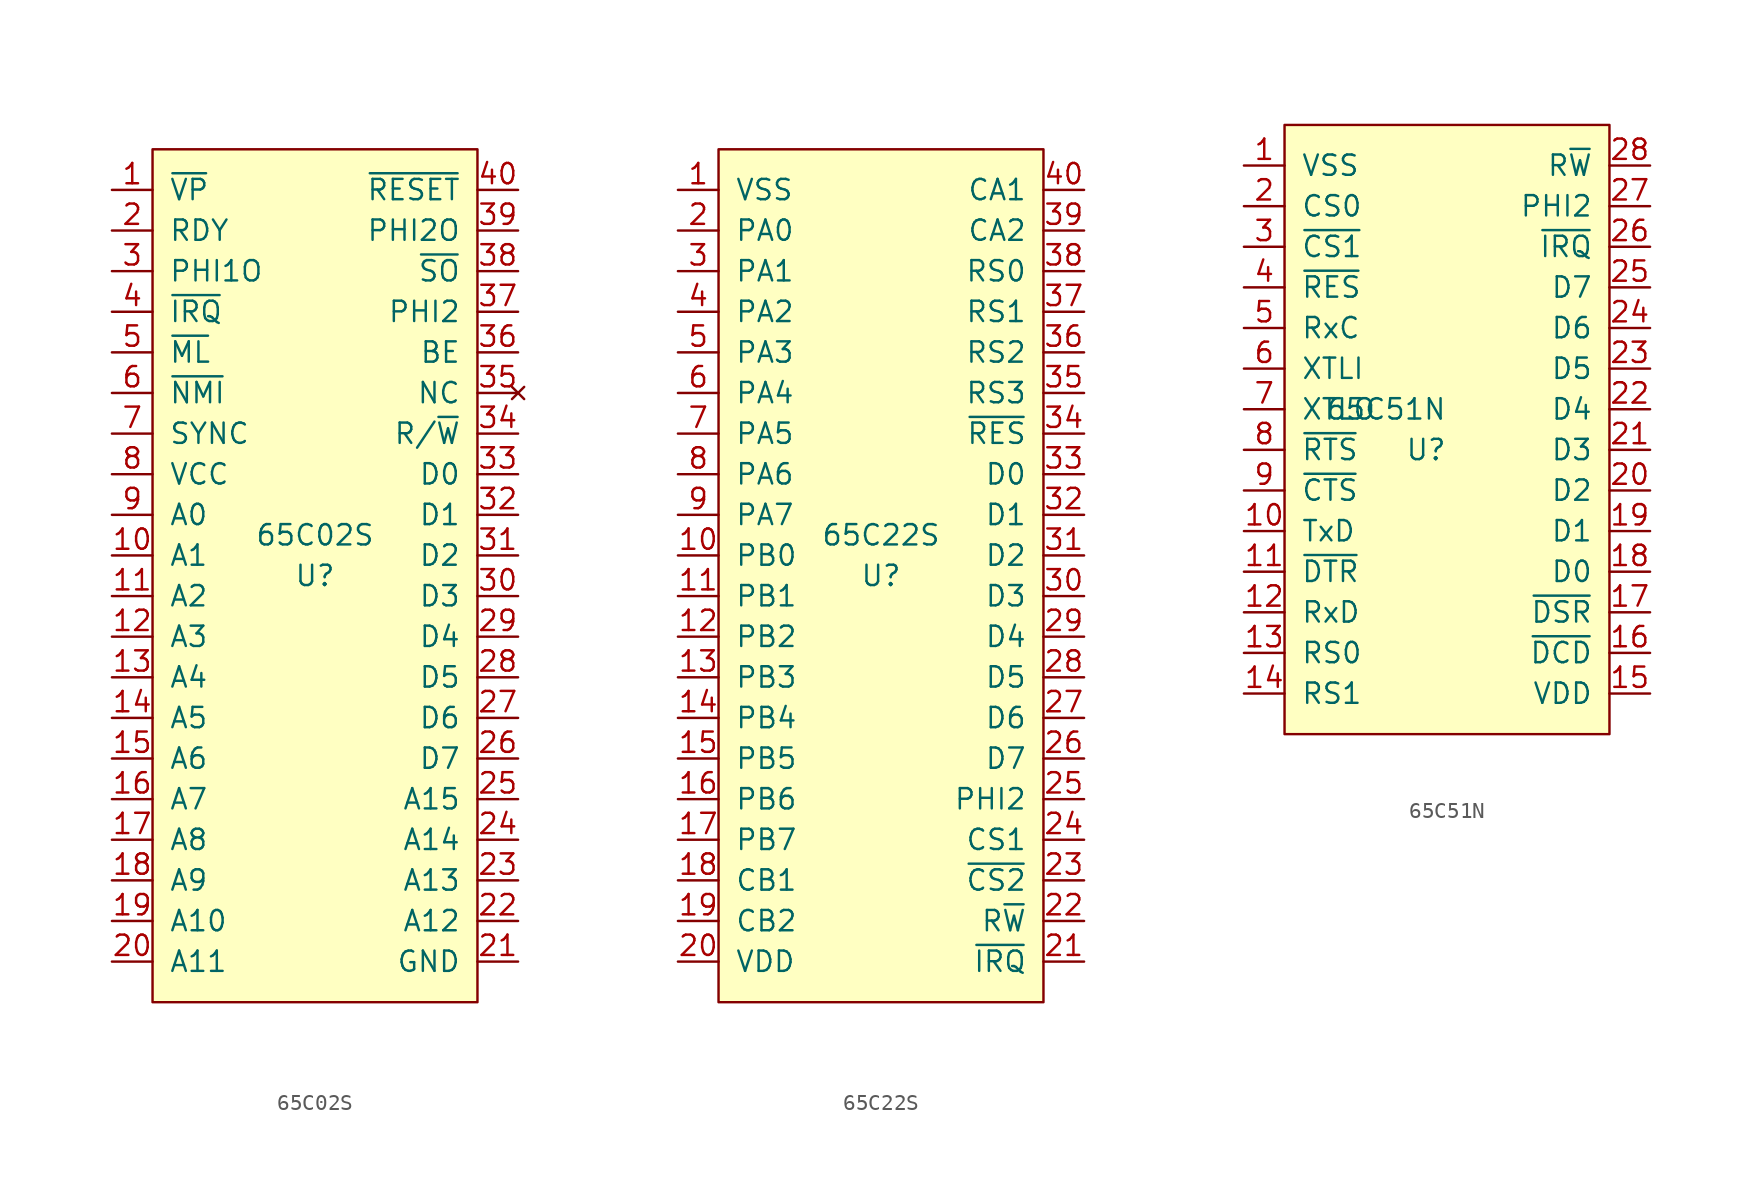
<source format=kicad_sym>
(kicad_symbol_lib
  (version 20231120)
  (generator "kicad_symbol_editor")
  (generator_version "8.0")
  (symbol "65C02S"
    (pin_names
      (offset 1.016))
    (property "Reference" "U"
      (at 0 -1.27 0)
      (effects (font (size 1.27 1.27))))
    (property "Value" "65C02S"
      (at 0 1.27 0)
      (effects (font (size 1.27 1.27))))
    (symbol "65C02S_0_1"
      (rectangle (start -10.16 25.4) (end 10.16 -27.94) (stroke (width 0) (type solid)) (fill (type background))))
    (symbol "65C02S_1_1"
      (pin output line (at -12.7 22.86 0) (length 2.54) (name "~{VP}" (effects (font (size 1.27 1.27)))) (number "1" (effects (font (size 1.27 1.27)))))
      (pin output line (at -12.7 0 0) (length 2.54) (name "A1" (effects (font (size 1.27 1.27)))) (number "10" (effects (font (size 1.27 1.27)))))
      (pin output line (at -12.7 -2.54 0) (length 2.54) (name "A2" (effects (font (size 1.27 1.27)))) (number "11" (effects (font (size 1.27 1.27)))))
      (pin output line (at -12.7 -5.08 0) (length 2.54) (name "A3" (effects (font (size 1.27 1.27)))) (number "12" (effects (font (size 1.27 1.27)))))
      (pin output line (at -12.7 -7.62 0) (length 2.54) (name "A4" (effects (font (size 1.27 1.27)))) (number "13" (effects (font (size 1.27 1.27)))))
      (pin output line (at -12.7 -10.16 0) (length 2.54) (name "A5" (effects (font (size 1.27 1.27)))) (number "14" (effects (font (size 1.27 1.27)))))
      (pin output line (at -12.7 -12.7 0) (length 2.54) (name "A6" (effects (font (size 1.27 1.27)))) (number "15" (effects (font (size 1.27 1.27)))))
      (pin output line (at -12.7 -15.24 0) (length 2.54) (name "A7" (effects (font (size 1.27 1.27)))) (number "16" (effects (font (size 1.27 1.27)))))
      (pin output line (at -12.7 -17.78 0) (length 2.54) (name "A8" (effects (font (size 1.27 1.27)))) (number "17" (effects (font (size 1.27 1.27)))))
      (pin output line (at -12.7 -20.32 0) (length 2.54) (name "A9" (effects (font (size 1.27 1.27)))) (number "18" (effects (font (size 1.27 1.27)))))
      (pin output line (at -12.7 -22.86 0) (length 2.54) (name "A10" (effects (font (size 1.27 1.27)))) (number "19" (effects (font (size 1.27 1.27)))))
      (pin bidirectional line (at -12.7 20.32 0) (length 2.54) (name "RDY" (effects (font (size 1.27 1.27)))) (number "2" (effects (font (size 1.27 1.27)))))
      (pin output line (at -12.7 -25.4 0) (length 2.54) (name "A11" (effects (font (size 1.27 1.27)))) (number "20" (effects (font (size 1.27 1.27)))))
      (pin power_in line (at 12.7 -25.4 180) (length 2.54) (name "GND" (effects (font (size 1.27 1.27)))) (number "21" (effects (font (size 1.27 1.27)))))
      (pin output line (at 12.7 -22.86 180) (length 2.54) (name "A12" (effects (font (size 1.27 1.27)))) (number "22" (effects (font (size 1.27 1.27)))))
      (pin output line (at 12.7 -20.32 180) (length 2.54) (name "A13" (effects (font (size 1.27 1.27)))) (number "23" (effects (font (size 1.27 1.27)))))
      (pin output line (at 12.7 -17.78 180) (length 2.54) (name "A14" (effects (font (size 1.27 1.27)))) (number "24" (effects (font (size 1.27 1.27)))))
      (pin output line (at 12.7 -15.24 180) (length 2.54) (name "A15" (effects (font (size 1.27 1.27)))) (number "25" (effects (font (size 1.27 1.27)))))
      (pin bidirectional line (at 12.7 -12.7 180) (length 2.54) (name "D7" (effects (font (size 1.27 1.27)))) (number "26" (effects (font (size 1.27 1.27)))))
      (pin bidirectional line (at 12.7 -10.16 180) (length 2.54) (name "D6" (effects (font (size 1.27 1.27)))) (number "27" (effects (font (size 1.27 1.27)))))
      (pin bidirectional line (at 12.7 -7.62 180) (length 2.54) (name "D5" (effects (font (size 1.27 1.27)))) (number "28" (effects (font (size 1.27 1.27)))))
      (pin bidirectional line (at 12.7 -5.08 180) (length 2.54) (name "D4" (effects (font (size 1.27 1.27)))) (number "29" (effects (font (size 1.27 1.27)))))
      (pin output line (at -12.7 17.78 0) (length 2.54) (name "PHI1O" (effects (font (size 1.27 1.27)))) (number "3" (effects (font (size 1.27 1.27)))))
      (pin bidirectional line (at 12.7 -2.54 180) (length 2.54) (name "D3" (effects (font (size 1.27 1.27)))) (number "30" (effects (font (size 1.27 1.27)))))
      (pin bidirectional line (at 12.7 0 180) (length 2.54) (name "D2" (effects (font (size 1.27 1.27)))) (number "31" (effects (font (size 1.27 1.27)))))
      (pin bidirectional line (at 12.7 2.54 180) (length 2.54) (name "D1" (effects (font (size 1.27 1.27)))) (number "32" (effects (font (size 1.27 1.27)))))
      (pin bidirectional line (at 12.7 5.08 180) (length 2.54) (name "D0" (effects (font (size 1.27 1.27)))) (number "33" (effects (font (size 1.27 1.27)))))
      (pin output line (at 12.7 7.62 180) (length 2.54) (name "R/~{W}" (effects (font (size 1.27 1.27)))) (number "34" (effects (font (size 1.27 1.27)))))
      (pin no_connect line (at 12.7 10.16 180) (length 2.54) (name "NC" (effects (font (size 1.27 1.27)))) (number "35" (effects (font (size 1.27 1.27)))))
      (pin input line (at 12.7 12.7 180) (length 2.54) (name "BE" (effects (font (size 1.27 1.27)))) (number "36" (effects (font (size 1.27 1.27)))))
      (pin input line (at 12.7 15.24 180) (length 2.54) (name "PHI2" (effects (font (size 1.27 1.27)))) (number "37" (effects (font (size 1.27 1.27)))))
      (pin input line (at 12.7 17.78 180) (length 2.54) (name "~{SO}" (effects (font (size 1.27 1.27)))) (number "38" (effects (font (size 1.27 1.27)))))
      (pin input line (at 12.7 20.32 180) (length 2.54) (name "PHI2O" (effects (font (size 1.27 1.27)))) (number "39" (effects (font (size 1.27 1.27)))))
      (pin input line (at -12.7 15.24 0) (length 2.54) (name "~{IRQ}" (effects (font (size 1.27 1.27)))) (number "4" (effects (font (size 1.27 1.27)))))
      (pin input line (at 12.7 22.86 180) (length 2.54) (name "~{RESET}" (effects (font (size 1.27 1.27)))) (number "40" (effects (font (size 1.27 1.27)))))
      (pin output line (at -12.7 12.7 0) (length 2.54) (name "~{ML}" (effects (font (size 1.27 1.27)))) (number "5" (effects (font (size 1.27 1.27)))))
      (pin output line (at -12.7 10.16 0) (length 2.54) (name "~{NMI}" (effects (font (size 1.27 1.27)))) (number "6" (effects (font (size 1.27 1.27)))))
      (pin output line (at -12.7 7.62 0) (length 2.54) (name "SYNC" (effects (font (size 1.27 1.27)))) (number "7" (effects (font (size 1.27 1.27)))))
      (pin power_in line (at -12.7 5.08 0) (length 2.54) (name "VCC" (effects (font (size 1.27 1.27)))) (number "8" (effects (font (size 1.27 1.27)))))
      (pin output line (at -12.7 2.54 0) (length 2.54) (name "A0" (effects (font (size 1.27 1.27)))) (number "9" (effects (font (size 1.27 1.27)))))))
  (symbol "65C22S"
    (pin_names
      (offset 1.016))
    (property "Reference" "U"
      (at 0 -1.27 0)
      (effects (font (size 1.27 1.27))))
    (property "Value" "65C22S"
      (at 0 1.27 0)
      (effects (font (size 1.27 1.27))))
    (symbol "65C22S_1_1"
      (rectangle (start -10.16 25.4) (end 10.16 -27.94) (stroke (width 0) (type solid)) (fill (type background)))
      (pin power_in line (at -12.7 22.86 0) (length 2.54) (name "VSS" (effects (font (size 1.27 1.27)))) (number "1" (effects (font (size 1.27 1.27)))))
      (pin bidirectional line (at -12.7 0 0) (length 2.54) (name "PB0" (effects (font (size 1.27 1.27)))) (number "10" (effects (font (size 1.27 1.27)))))
      (pin bidirectional line (at -12.7 -2.54 0) (length 2.54) (name "PB1" (effects (font (size 1.27 1.27)))) (number "11" (effects (font (size 1.27 1.27)))))
      (pin bidirectional line (at -12.7 -5.08 0) (length 2.54) (name "PB2" (effects (font (size 1.27 1.27)))) (number "12" (effects (font (size 1.27 1.27)))))
      (pin bidirectional line (at -12.7 -7.62 0) (length 2.54) (name "PB3" (effects (font (size 1.27 1.27)))) (number "13" (effects (font (size 1.27 1.27)))))
      (pin bidirectional line (at -12.7 -10.16 0) (length 2.54) (name "PB4" (effects (font (size 1.27 1.27)))) (number "14" (effects (font (size 1.27 1.27)))))
      (pin bidirectional line (at -12.7 -12.7 0) (length 2.54) (name "PB5" (effects (font (size 1.27 1.27)))) (number "15" (effects (font (size 1.27 1.27)))))
      (pin bidirectional line (at -12.7 -15.24 0) (length 2.54) (name "PB6" (effects (font (size 1.27 1.27)))) (number "16" (effects (font (size 1.27 1.27)))))
      (pin bidirectional line (at -12.7 -17.78 0) (length 2.54) (name "PB7" (effects (font (size 1.27 1.27)))) (number "17" (effects (font (size 1.27 1.27)))))
      (pin bidirectional line (at -12.7 -20.32 0) (length 2.54) (name "CB1" (effects (font (size 1.27 1.27)))) (number "18" (effects (font (size 1.27 1.27)))))
      (pin bidirectional line (at -12.7 -22.86 0) (length 2.54) (name "CB2" (effects (font (size 1.27 1.27)))) (number "19" (effects (font (size 1.27 1.27)))))
      (pin bidirectional line (at -12.7 20.32 0) (length 2.54) (name "PA0" (effects (font (size 1.27 1.27)))) (number "2" (effects (font (size 1.27 1.27)))))
      (pin power_in line (at -12.7 -25.4 0) (length 2.54) (name "VDD" (effects (font (size 1.27 1.27)))) (number "20" (effects (font (size 1.27 1.27)))))
      (pin output line (at 12.7 -25.4 180) (length 2.54) (name "~{IRQ}" (effects (font (size 1.27 1.27)))) (number "21" (effects (font (size 1.27 1.27)))))
      (pin input line (at 12.7 -22.86 180) (length 2.54) (name "R~{W}" (effects (font (size 1.27 1.27)))) (number "22" (effects (font (size 1.27 1.27)))))
      (pin input line (at 12.7 -20.32 180) (length 2.54) (name "~{CS2}" (effects (font (size 1.27 1.27)))) (number "23" (effects (font (size 1.27 1.27)))))
      (pin input line (at 12.7 -17.78 180) (length 2.54) (name "CS1" (effects (font (size 1.27 1.27)))) (number "24" (effects (font (size 1.27 1.27)))))
      (pin input line (at 12.7 -15.24 180) (length 2.54) (name "PHI2" (effects (font (size 1.27 1.27)))) (number "25" (effects (font (size 1.27 1.27)))))
      (pin bidirectional line (at 12.7 -12.7 180) (length 2.54) (name "D7" (effects (font (size 1.27 1.27)))) (number "26" (effects (font (size 1.27 1.27)))))
      (pin bidirectional line (at 12.7 -10.16 180) (length 2.54) (name "D6" (effects (font (size 1.27 1.27)))) (number "27" (effects (font (size 1.27 1.27)))))
      (pin bidirectional line (at 12.7 -7.62 180) (length 2.54) (name "D5" (effects (font (size 1.27 1.27)))) (number "28" (effects (font (size 1.27 1.27)))))
      (pin bidirectional line (at 12.7 -5.08 180) (length 2.54) (name "D4" (effects (font (size 1.27 1.27)))) (number "29" (effects (font (size 1.27 1.27)))))
      (pin bidirectional line (at -12.7 17.78 0) (length 2.54) (name "PA1" (effects (font (size 1.27 1.27)))) (number "3" (effects (font (size 1.27 1.27)))))
      (pin bidirectional line (at 12.7 -2.54 180) (length 2.54) (name "D3" (effects (font (size 1.27 1.27)))) (number "30" (effects (font (size 1.27 1.27)))))
      (pin bidirectional line (at 12.7 0 180) (length 2.54) (name "D2" (effects (font (size 1.27 1.27)))) (number "31" (effects (font (size 1.27 1.27)))))
      (pin bidirectional line (at 12.7 2.54 180) (length 2.54) (name "D1" (effects (font (size 1.27 1.27)))) (number "32" (effects (font (size 1.27 1.27)))))
      (pin bidirectional line (at 12.7 5.08 180) (length 2.54) (name "D0" (effects (font (size 1.27 1.27)))) (number "33" (effects (font (size 1.27 1.27)))))
      (pin input line (at 12.7 7.62 180) (length 2.54) (name "~{RES}" (effects (font (size 1.27 1.27)))) (number "34" (effects (font (size 1.27 1.27)))))
      (pin input line (at 12.7 10.16 180) (length 2.54) (name "RS3" (effects (font (size 1.27 1.27)))) (number "35" (effects (font (size 1.27 1.27)))))
      (pin input line (at 12.7 12.7 180) (length 2.54) (name "RS2" (effects (font (size 1.27 1.27)))) (number "36" (effects (font (size 1.27 1.27)))))
      (pin input line (at 12.7 15.24 180) (length 2.54) (name "RS1" (effects (font (size 1.27 1.27)))) (number "37" (effects (font (size 1.27 1.27)))))
      (pin input line (at 12.7 17.78 180) (length 2.54) (name "RS0" (effects (font (size 1.27 1.27)))) (number "38" (effects (font (size 1.27 1.27)))))
      (pin bidirectional line (at 12.7 20.32 180) (length 2.54) (name "CA2" (effects (font (size 1.27 1.27)))) (number "39" (effects (font (size 1.27 1.27)))))
      (pin bidirectional line (at -12.7 15.24 0) (length 2.54) (name "PA2" (effects (font (size 1.27 1.27)))) (number "4" (effects (font (size 1.27 1.27)))))
      (pin bidirectional line (at 12.7 22.86 180) (length 2.54) (name "CA1" (effects (font (size 1.27 1.27)))) (number "40" (effects (font (size 1.27 1.27)))))
      (pin bidirectional line (at -12.7 12.7 0) (length 2.54) (name "PA3" (effects (font (size 1.27 1.27)))) (number "5" (effects (font (size 1.27 1.27)))))
      (pin bidirectional line (at -12.7 10.16 0) (length 2.54) (name "PA4" (effects (font (size 1.27 1.27)))) (number "6" (effects (font (size 1.27 1.27)))))
      (pin bidirectional line (at -12.7 7.62 0) (length 2.54) (name "PA5" (effects (font (size 1.27 1.27)))) (number "7" (effects (font (size 1.27 1.27)))))
      (pin bidirectional line (at -12.7 5.08 0) (length 2.54) (name "PA6" (effects (font (size 1.27 1.27)))) (number "8" (effects (font (size 1.27 1.27)))))
      (pin bidirectional line (at -12.7 2.54 0) (length 2.54) (name "PA7" (effects (font (size 1.27 1.27)))) (number "9" (effects (font (size 1.27 1.27)))))))
  (symbol "65C51N"
    (pin_names
      (offset 1.016))
    (property "Reference" "U"
      (at 0 -1.27 0)
      (effects (font (size 1.27 1.27)) (justify right)))
    (property "Value" "65C51N"
      (at 0 1.27 0)
      (effects (font (size 1.27 1.27)) (justify right)))
    (symbol "65C51N_0_1"
      (rectangle (start -10.16 19.05) (end 10.16 -19.05) (stroke (width 0) (type solid)) (fill (type background))))
    (symbol "65C51N_1_1"
      (pin power_in line (at -12.7 16.51 0) (length 2.54) (name "VSS" (effects (font (size 1.27 1.27)))) (number "1" (effects (font (size 1.27 1.27)))))
      (pin output line (at -12.7 -6.35 0) (length 2.54) (name "TxD" (effects (font (size 1.27 1.27)))) (number "10" (effects (font (size 1.27 1.27)))))
      (pin output line (at -12.7 -8.89 0) (length 2.54) (name "~{DTR}" (effects (font (size 1.27 1.27)))) (number "11" (effects (font (size 1.27 1.27)))))
      (pin input line (at -12.7 -11.43 0) (length 2.54) (name "RxD" (effects (font (size 1.27 1.27)))) (number "12" (effects (font (size 1.27 1.27)))))
      (pin input line (at -12.7 -13.97 0) (length 2.54) (name "RS0" (effects (font (size 1.27 1.27)))) (number "13" (effects (font (size 1.27 1.27)))))
      (pin input line (at -12.7 -16.51 0) (length 2.54) (name "RS1" (effects (font (size 1.27 1.27)))) (number "14" (effects (font (size 1.27 1.27)))))
      (pin power_in line (at 12.7 -16.51 180) (length 2.54) (name "VDD" (effects (font (size 1.27 1.27)))) (number "15" (effects (font (size 1.27 1.27)))))
      (pin input line (at 12.7 -13.97 180) (length 2.54) (name "~{DCD}" (effects (font (size 1.27 1.27)))) (number "16" (effects (font (size 1.27 1.27)))))
      (pin input line (at 12.7 -11.43 180) (length 2.54) (name "~{DSR}" (effects (font (size 1.27 1.27)))) (number "17" (effects (font (size 1.27 1.27)))))
      (pin bidirectional line (at 12.7 -8.89 180) (length 2.54) (name "D0" (effects (font (size 1.27 1.27)))) (number "18" (effects (font (size 1.27 1.27)))))
      (pin bidirectional line (at 12.7 -6.35 180) (length 2.54) (name "D1" (effects (font (size 1.27 1.27)))) (number "19" (effects (font (size 1.27 1.27)))))
      (pin input line (at -12.7 13.97 0) (length 2.54) (name "CS0" (effects (font (size 1.27 1.27)))) (number "2" (effects (font (size 1.27 1.27)))))
      (pin bidirectional line (at 12.7 -3.81 180) (length 2.54) (name "D2" (effects (font (size 1.27 1.27)))) (number "20" (effects (font (size 1.27 1.27)))))
      (pin bidirectional line (at 12.7 -1.27 180) (length 2.54) (name "D3" (effects (font (size 1.27 1.27)))) (number "21" (effects (font (size 1.27 1.27)))))
      (pin bidirectional line (at 12.7 1.27 180) (length 2.54) (name "D4" (effects (font (size 1.27 1.27)))) (number "22" (effects (font (size 1.27 1.27)))))
      (pin bidirectional line (at 12.7 3.81 180) (length 2.54) (name "D5" (effects (font (size 1.27 1.27)))) (number "23" (effects (font (size 1.27 1.27)))))
      (pin bidirectional line (at 12.7 6.35 180) (length 2.54) (name "D6" (effects (font (size 1.27 1.27)))) (number "24" (effects (font (size 1.27 1.27)))))
      (pin bidirectional line (at 12.7 8.89 180) (length 2.54) (name "D7" (effects (font (size 1.27 1.27)))) (number "25" (effects (font (size 1.27 1.27)))))
      (pin output line (at 12.7 11.43 180) (length 2.54) (name "~{IRQ}" (effects (font (size 1.27 1.27)))) (number "26" (effects (font (size 1.27 1.27)))))
      (pin input line (at 12.7 13.97 180) (length 2.54) (name "PHI2" (effects (font (size 1.27 1.27)))) (number "27" (effects (font (size 1.27 1.27)))))
      (pin input line (at 12.7 16.51 180) (length 2.54) (name "R~{W}" (effects (font (size 1.27 1.27)))) (number "28" (effects (font (size 1.27 1.27)))))
      (pin input line (at -12.7 11.43 0) (length 2.54) (name "~{CS1}" (effects (font (size 1.27 1.27)))) (number "3" (effects (font (size 1.27 1.27)))))
      (pin input line (at -12.7 8.89 0) (length 2.54) (name "~{RES}" (effects (font (size 1.27 1.27)))) (number "4" (effects (font (size 1.27 1.27)))))
      (pin bidirectional line (at -12.7 6.35 0) (length 2.54) (name "RxC" (effects (font (size 1.27 1.27)))) (number "5" (effects (font (size 1.27 1.27)))))
      (pin input line (at -12.7 3.81 0) (length 2.54) (name "XTLI" (effects (font (size 1.27 1.27)))) (number "6" (effects (font (size 1.27 1.27)))))
      (pin output line (at -12.7 1.27 0) (length 2.54) (name "XTLO" (effects (font (size 1.27 1.27)))) (number "7" (effects (font (size 1.27 1.27)))))
      (pin output line (at -12.7 -1.27 0) (length 2.54) (name "~{RTS}" (effects (font (size 1.27 1.27)))) (number "8" (effects (font (size 1.27 1.27)))))
      (pin input line (at -12.7 -3.81 0) (length 2.54) (name "~{CTS}" (effects (font (size 1.27 1.27)))) (number "9" (effects (font (size 1.27 1.27))))))))
</source>
